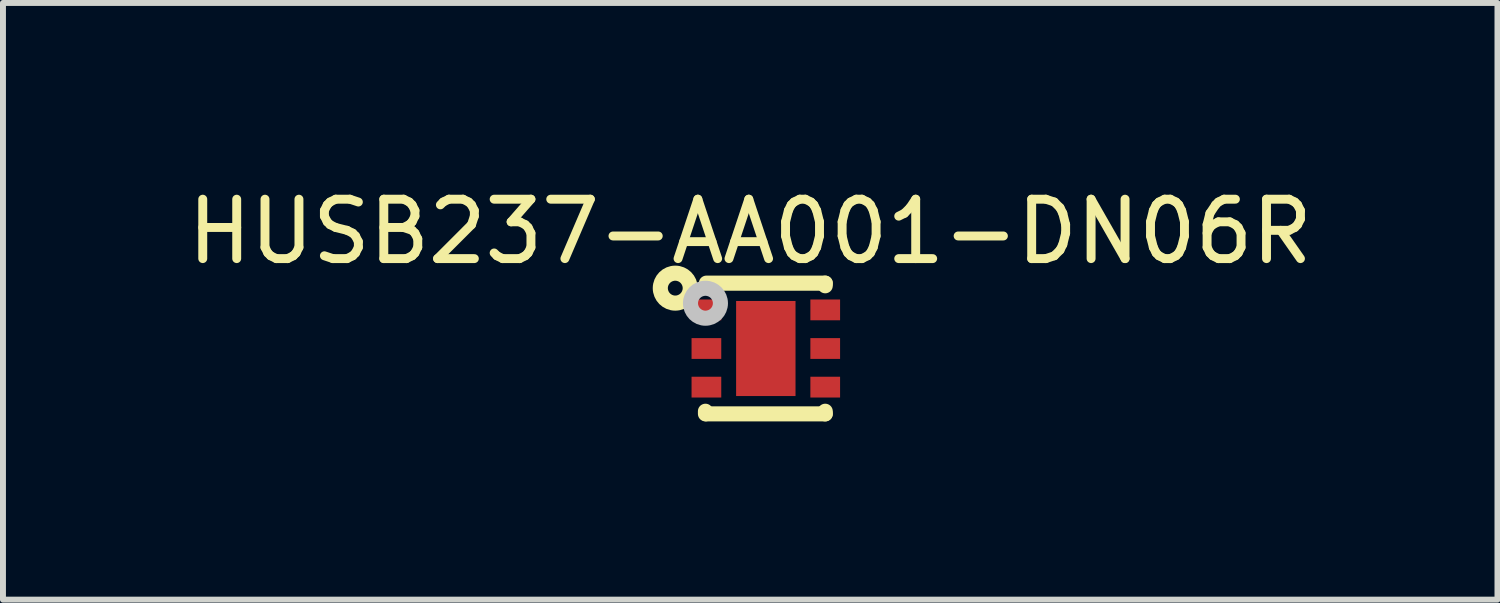
<source format=kicad_pcb>
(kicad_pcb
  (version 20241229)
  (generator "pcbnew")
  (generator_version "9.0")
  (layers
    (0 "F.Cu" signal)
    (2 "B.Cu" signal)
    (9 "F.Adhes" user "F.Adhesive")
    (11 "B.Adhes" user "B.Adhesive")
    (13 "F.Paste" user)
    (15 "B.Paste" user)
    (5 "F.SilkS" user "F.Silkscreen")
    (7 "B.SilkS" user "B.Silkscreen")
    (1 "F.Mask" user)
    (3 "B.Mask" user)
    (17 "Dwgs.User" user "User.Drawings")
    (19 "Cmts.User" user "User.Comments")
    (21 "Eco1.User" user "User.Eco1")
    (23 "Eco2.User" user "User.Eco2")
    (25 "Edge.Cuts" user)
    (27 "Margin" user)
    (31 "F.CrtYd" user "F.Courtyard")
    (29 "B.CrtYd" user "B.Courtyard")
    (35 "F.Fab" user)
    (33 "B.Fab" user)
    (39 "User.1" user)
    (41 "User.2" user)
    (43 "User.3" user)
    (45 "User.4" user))
  (footprint "HUSB237-AA001-DN06R"
    (layer "F.Cu")
    (at 9.84 2.816)
    (property "Reference" "HUSB237-AA001-DN06R" (at -0.263 -1.968 0) (layer "F.SilkS") (effects (font (size 1 1) (thickness 0.15))))
    (fp_line (start -1.016 1.056) (end -1.016 1.1) (stroke (width 0.254) (type default)) (layer "F.SilkS"))
    (fp_line (start -1 -1.1) (end 1 -1.1) (stroke (width 0.254) (type default)) (layer "F.SilkS"))
    (fp_line (start -1 1.1) (end 1 1.1) (stroke (width 0.254) (type default)) (layer "F.SilkS"))
    (fp_line (start 1 -1.1) (end 1 -1.056) (stroke (width 0.254) (type default)) (layer "F.SilkS"))
    (fp_line (start 1 1.056) (end 1 1.1) (stroke (width 0.254) (type default)) (layer "F.SilkS"))
    (fp_circle (center -1.524 -1.016) (end -1.399 -1.016) (stroke (width 0.254) (type default)) (fill no) (layer "F.SilkS"))
    (fp_circle (center -1.016 -0.762) (end -0.891 -0.762) (stroke (width 0.254) (type default)) (fill no) (layer "Dwgs.User"))
    (fp_poly (pts (xy -0.7 -0.8) (xy -0.7 -0.5) (xy -1 -0.5) (xy -1 -0.8)) (stroke (width 0.1) (type default)) (fill no) (layer "User.1"))
    (fp_poly (pts (xy -0.7 -0.15) (xy -0.7 0.15) (xy -1 0.15) (xy -1 -0.15)) (stroke (width 0.1) (type default)) (fill no) (layer "User.1"))
    (fp_poly (pts (xy -0.7 0.5) (xy -0.7 0.8) (xy -1 0.8) (xy -1 0.5)) (stroke (width 0.1) (type default)) (fill no) (layer "User.1"))
    (fp_poly (pts (xy 0.5 0.8) (xy -0.5 0.8) (xy -0.5 -0.8) (xy 0.5 -0.8)) (stroke (width 0.1) (type default)) (fill no) (layer "User.1"))
    (fp_poly (pts (xy 1 -0.8) (xy 1 -0.5) (xy 0.7 -0.5) (xy 0.7 -0.8)) (stroke (width 0.1) (type default)) (fill no) (layer "User.1"))
    (fp_poly (pts (xy 1 -0.15) (xy 1 0.15) (xy 0.7 0.15) (xy 0.7 -0.15)) (stroke (width 0.1) (type default)) (fill no) (layer "User.1"))
    (fp_poly (pts (xy 1 0.5) (xy 1 0.8) (xy 0.7 0.8) (xy 0.7 0.5)) (stroke (width 0.1) (type default)) (fill no) (layer "User.1"))
    (fp_line (start -1 -1) (end 1 -1) (stroke (width 0.051) (type default)) (layer "User.2"))
    (fp_line (start -1 1) (end -1 -1) (stroke (width 0.051) (type default)) (layer "User.2"))
    (fp_line (start 1 -1) (end 1 1) (stroke (width 0.051) (type default)) (layer "User.2"))
    (fp_line (start 1 1) (end -1 1) (stroke (width 0.051) (type default)) (layer "User.2"))
    (fp_poly (pts (xy -0.945 -1.023) (xy -0.977 -1.055) (xy -1.023 -1.055) (xy -1.055 -1.023) (xy -1.055 -0.977) (xy -1.023 -0.945) (xy -0.977 -0.945) (xy -0.945 -0.977)) (stroke (width 0.1) (type default)) (fill no) (layer "User.3"))
    (pad "1" smd rect (at -1 -0.65 90) (size 0.35 0.5) (layers "F.Cu" "F.Mask" "F.Paste"))
    (pad "2" smd rect (at -1 0 90) (size 0.35 0.5) (layers "F.Cu" "F.Mask" "F.Paste"))
    (pad "3" smd rect (at -1 0.65 90) (size 0.35 0.5) (layers "F.Cu" "F.Mask" "F.Paste"))
    (pad "4" smd rect (at 1 0.65 90) (size 0.35 0.5) (layers "F.Cu" "F.Mask" "F.Paste"))
    (pad "5" smd rect (at 1 0 90) (size 0.35 0.5) (layers "F.Cu" "F.Mask" "F.Paste"))
    (pad "6" smd rect (at 1 -0.65 90) (size 0.35 0.5) (layers "F.Cu" "F.Mask" "F.Paste"))
    (pad "7" smd rect (at 0 0 180) (size 1 1.6) (layers "F.Cu" "F.Mask" "F.Paste")))
  (gr_rect
    (start -3 -3)
    (end 22.155 7.043)
    (stroke (width 0.1) (type default))
    (fill no)
    (layer "Edge.Cuts")))
</source>
